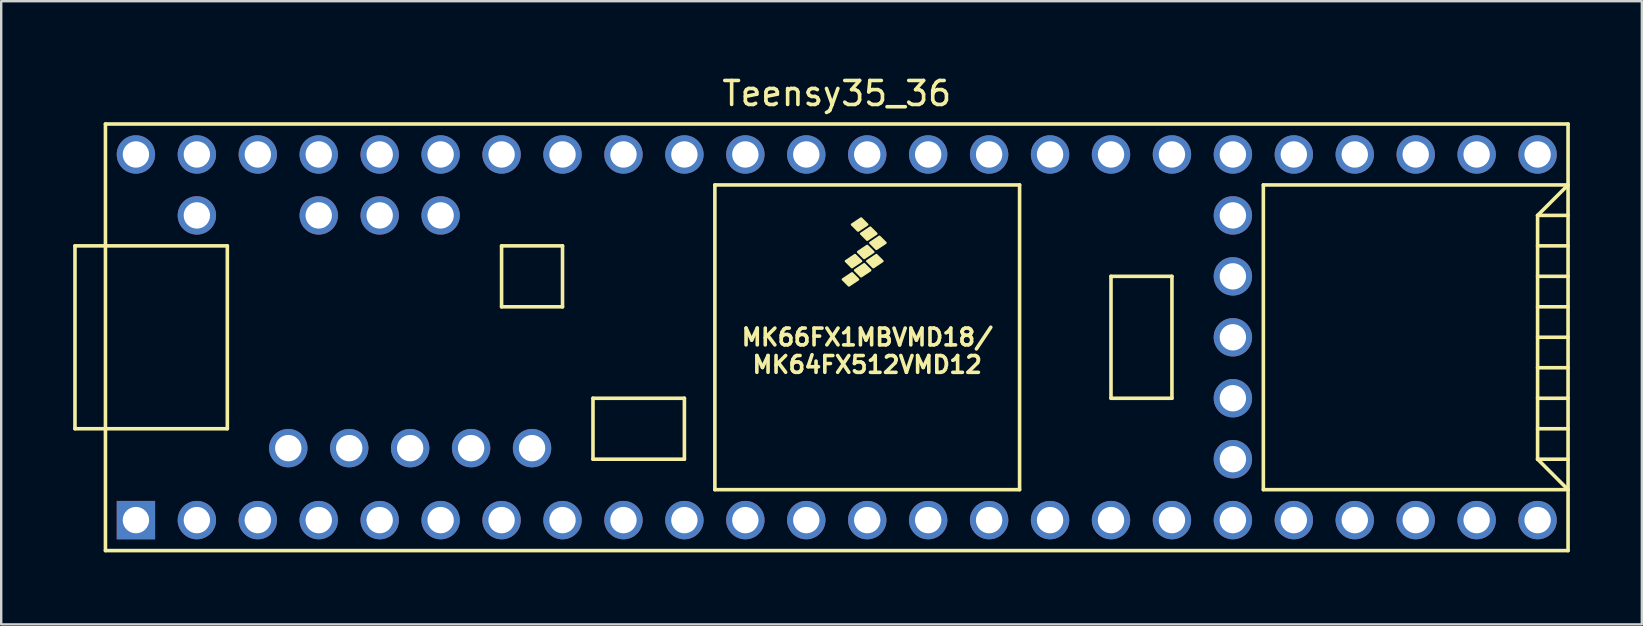
<source format=kicad_pcb>
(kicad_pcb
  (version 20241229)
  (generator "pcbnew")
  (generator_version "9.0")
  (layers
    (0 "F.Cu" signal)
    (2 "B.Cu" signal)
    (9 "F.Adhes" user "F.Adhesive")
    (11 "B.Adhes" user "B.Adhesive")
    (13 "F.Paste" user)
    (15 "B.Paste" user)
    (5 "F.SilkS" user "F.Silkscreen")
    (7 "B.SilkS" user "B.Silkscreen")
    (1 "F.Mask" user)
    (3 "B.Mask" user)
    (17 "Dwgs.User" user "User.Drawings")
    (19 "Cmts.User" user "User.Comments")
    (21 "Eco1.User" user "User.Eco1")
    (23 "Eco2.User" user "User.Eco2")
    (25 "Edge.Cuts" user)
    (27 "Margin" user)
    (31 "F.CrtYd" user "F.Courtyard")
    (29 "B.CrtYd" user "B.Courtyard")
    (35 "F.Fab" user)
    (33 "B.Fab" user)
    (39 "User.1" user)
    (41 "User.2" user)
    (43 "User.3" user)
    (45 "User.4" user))
  (footprint "Teensy35_36"
    (layer "F.Cu")
    (at 33.095 18.628)
    (property "Reference" "Teensy35_36" (at -1.27 -17.78 0) (layer "F.SilkS") (effects (font (size 1 1) (thickness 0.15))))
    (attr through_hole)
    (fp_line (start -33.02 -11.43) (end -31.75 -11.43) (stroke (width 0.15) (type solid)) (layer "F.SilkS"))
    (fp_line (start -33.02 -3.81) (end -33.02 -11.43) (stroke (width 0.15) (type solid)) (layer "F.SilkS"))
    (fp_line (start -31.75 -3.81) (end -33.02 -3.81) (stroke (width 0.15) (type solid)) (layer "F.SilkS"))
    (fp_line (start -31.75 1.27) (end -31.75 -16.51) (stroke (width 0.15) (type solid)) (layer "F.SilkS"))
    (fp_line (start -31.75 1.27) (end 29.21 1.27) (stroke (width 0.15) (type solid)) (layer "F.SilkS"))
    (fp_line (start -26.67 -11.43) (end -31.75 -11.43) (stroke (width 0.15) (type solid)) (layer "F.SilkS"))
    (fp_line (start -26.67 -3.81) (end -31.75 -3.81) (stroke (width 0.15) (type solid)) (layer "F.SilkS"))
    (fp_line (start -26.67 -3.81) (end -26.67 -11.43) (stroke (width 0.15) (type solid)) (layer "F.SilkS"))
    (fp_line (start -15.24 -11.43) (end -15.24 -8.89) (stroke (width 0.15) (type solid)) (layer "F.SilkS"))
    (fp_line (start -15.24 -8.89) (end -12.7 -8.89) (stroke (width 0.15) (type solid)) (layer "F.SilkS"))
    (fp_line (start -12.7 -11.43) (end -15.24 -11.43) (stroke (width 0.15) (type solid)) (layer "F.SilkS"))
    (fp_line (start -12.7 -8.89) (end -12.7 -11.43) (stroke (width 0.15) (type solid)) (layer "F.SilkS"))
    (fp_line (start -11.43 -5.08) (end -7.62 -5.08) (stroke (width 0.15) (type solid)) (layer "F.SilkS"))
    (fp_line (start -11.43 -2.54) (end -11.43 -5.08) (stroke (width 0.15) (type solid)) (layer "F.SilkS"))
    (fp_line (start -7.62 -5.08) (end -7.62 -2.54) (stroke (width 0.15) (type solid)) (layer "F.SilkS"))
    (fp_line (start -7.62 -2.54) (end -11.43 -2.54) (stroke (width 0.15) (type solid)) (layer "F.SilkS"))
    (fp_line (start -6.35 -13.97) (end -6.35 -1.27) (stroke (width 0.15) (type solid)) (layer "F.SilkS"))
    (fp_line (start -6.35 -13.97) (end 6.35 -13.97) (stroke (width 0.15) (type solid)) (layer "F.SilkS"))
    (fp_line (start -6.35 -1.27) (end 6.35 -1.27) (stroke (width 0.15) (type solid)) (layer "F.SilkS"))
    (fp_line (start 6.35 -1.27) (end 6.35 -13.97) (stroke (width 0.15) (type solid)) (layer "F.SilkS"))
    (fp_line (start 10.16 -10.16) (end 12.7 -10.16) (stroke (width 0.15) (type solid)) (layer "F.SilkS"))
    (fp_line (start 10.16 -5.08) (end 10.16 -10.16) (stroke (width 0.15) (type solid)) (layer "F.SilkS"))
    (fp_line (start 12.7 -10.16) (end 12.7 -5.08) (stroke (width 0.15) (type solid)) (layer "F.SilkS"))
    (fp_line (start 12.7 -5.08) (end 10.16 -5.08) (stroke (width 0.15) (type solid)) (layer "F.SilkS"))
    (fp_line (start 16.51 -13.97) (end 16.51 -1.27) (stroke (width 0.15) (type solid)) (layer "F.SilkS"))
    (fp_line (start 16.51 -1.27) (end 29.21 -1.27) (stroke (width 0.15) (type solid)) (layer "F.SilkS"))
    (fp_line (start 27.94 -12.7) (end 29.21 -13.97) (stroke (width 0.15) (type solid)) (layer "F.SilkS"))
    (fp_line (start 27.94 -12.7) (end 29.21 -12.7) (stroke (width 0.15) (type solid)) (layer "F.SilkS"))
    (fp_line (start 27.94 -11.43) (end 29.21 -11.43) (stroke (width 0.15) (type solid)) (layer "F.SilkS"))
    (fp_line (start 27.94 -10.16) (end 29.21 -10.16) (stroke (width 0.15) (type solid)) (layer "F.SilkS"))
    (fp_line (start 27.94 -8.89) (end 29.21 -8.89) (stroke (width 0.15) (type solid)) (layer "F.SilkS"))
    (fp_line (start 27.94 -7.62) (end 29.21 -7.62) (stroke (width 0.15) (type solid)) (layer "F.SilkS"))
    (fp_line (start 27.94 -6.35) (end 29.21 -6.35) (stroke (width 0.15) (type solid)) (layer "F.SilkS"))
    (fp_line (start 27.94 -5.08) (end 29.21 -5.08) (stroke (width 0.15) (type solid)) (layer "F.SilkS"))
    (fp_line (start 27.94 -3.81) (end 29.21 -3.81) (stroke (width 0.15) (type solid)) (layer "F.SilkS"))
    (fp_line (start 27.94 -2.54) (end 27.94 -12.7) (stroke (width 0.15) (type solid)) (layer "F.SilkS"))
    (fp_line (start 27.94 -2.54) (end 29.21 -2.54) (stroke (width 0.15) (type solid)) (layer "F.SilkS"))
    (fp_line (start 29.21 -16.51) (end -31.75 -16.51) (stroke (width 0.15) (type solid)) (layer "F.SilkS"))
    (fp_line (start 29.21 -16.51) (end 29.21 1.27) (stroke (width 0.15) (type solid)) (layer "F.SilkS"))
    (fp_line (start 29.21 -13.97) (end 16.51 -13.97) (stroke (width 0.15) (type solid)) (layer "F.SilkS"))
    (fp_line (start 29.21 -1.27) (end 27.94 -2.54) (stroke (width 0.15) (type solid)) (layer "F.SilkS"))
    (fp_poly (pts (xy -0.635 -10.287) (xy -0.381 -10.033) (xy -0.762 -9.779) (xy -1.016 -10.033)) (stroke (width 0.1) (type solid)) (fill yes) (layer "F.SilkS"))
    (fp_poly (pts (xy -0.508 -11.049) (xy -0.254 -10.795) (xy -0.635 -10.541) (xy -0.889 -10.795)) (stroke (width 0.1) (type solid)) (fill yes) (layer "F.SilkS"))
    (fp_poly (pts (xy -0.254 -12.573) (xy 0 -12.319) (xy -0.381 -12.065) (xy -0.635 -12.319)) (stroke (width 0.1) (type solid)) (fill yes) (layer "F.SilkS"))
    (fp_poly (pts (xy -0.127 -10.668) (xy 0.127 -10.414) (xy -0.254 -10.16) (xy -0.508 -10.414)) (stroke (width 0.1) (type solid)) (fill yes) (layer "F.SilkS"))
    (fp_poly (pts (xy 0 -11.43) (xy 0.254 -11.176) (xy -0.127 -10.922) (xy -0.381 -11.176)) (stroke (width 0.1) (type solid)) (fill yes) (layer "F.SilkS"))
    (fp_poly (pts (xy 0.127 -12.192) (xy 0.381 -11.938) (xy 0 -11.684) (xy -0.254 -11.938)) (stroke (width 0.1) (type solid)) (fill yes) (layer "F.SilkS"))
    (fp_poly (pts (xy 0.381 -11.049) (xy 0.635 -10.795) (xy 0.254 -10.541) (xy 0 -10.795)) (stroke (width 0.1) (type solid)) (fill yes) (layer "F.SilkS"))
    (fp_poly (pts (xy 0.508 -11.811) (xy 0.762 -11.557) (xy 0.381 -11.303) (xy 0.127 -11.557)) (stroke (width 0.1) (type solid)) (fill yes) (layer "F.SilkS"))
    (fp_text user "MK64FX512VMD12" (at 0 -6.477 0) (layer "F.SilkS") (effects (font (size 0.7 0.7) (thickness 0.15))))
    (fp_text user "MK66FX1MBVMD18/" (at 0 -7.62 0) (layer "F.SilkS") (effects (font (size 0.7 0.7) (thickness 0.15))))
    (pad "1" thru_hole rect (at -30.48 0) (size 1.6 1.6) (drill 1.1) (layers "*.Cu" "*.Mask"))
    (pad "2" thru_hole circle (at -27.94 0) (size 1.6 1.6) (drill 1.1) (layers "*.Cu" "*.Mask"))
    (pad "3" thru_hole circle (at -25.4 0) (size 1.6 1.6) (drill 1.1) (layers "*.Cu" "*.Mask"))
    (pad "4" thru_hole circle (at -22.86 0) (size 1.6 1.6) (drill 1.1) (layers "*.Cu" "*.Mask"))
    (pad "5" thru_hole circle (at -20.32 0) (size 1.6 1.6) (drill 1.1) (layers "*.Cu" "*.Mask"))
    (pad "6" thru_hole circle (at -17.78 0) (size 1.6 1.6) (drill 1.1) (layers "*.Cu" "*.Mask"))
    (pad "7" thru_hole circle (at -15.24 0) (size 1.6 1.6) (drill 1.1) (layers "*.Cu" "*.Mask"))
    (pad "8" thru_hole circle (at -12.7 0) (size 1.6 1.6) (drill 1.1) (layers "*.Cu" "*.Mask"))
    (pad "9" thru_hole circle (at -10.16 0) (size 1.6 1.6) (drill 1.1) (layers "*.Cu" "*.Mask"))
    (pad "10" thru_hole circle (at -7.62 0) (size 1.6 1.6) (drill 1.1) (layers "*.Cu" "*.Mask"))
    (pad "11" thru_hole circle (at -5.08 0) (size 1.6 1.6) (drill 1.1) (layers "*.Cu" "*.Mask"))
    (pad "12" thru_hole circle (at -2.54 0) (size 1.6 1.6) (drill 1.1) (layers "*.Cu" "*.Mask"))
    (pad "13" thru_hole circle (at 0 0) (size 1.6 1.6) (drill 1.1) (layers "*.Cu" "*.Mask"))
    (pad "14" thru_hole circle (at 2.54 0) (size 1.6 1.6) (drill 1.1) (layers "*.Cu" "*.Mask"))
    (pad "15" thru_hole circle (at 5.08 0) (size 1.6 1.6) (drill 1.1) (layers "*.Cu" "*.Mask"))
    (pad "16" thru_hole circle (at 7.62 0) (size 1.6 1.6) (drill 1.1) (layers "*.Cu" "*.Mask"))
    (pad "17" thru_hole circle (at 10.16 0) (size 1.6 1.6) (drill 1.1) (layers "*.Cu" "*.Mask"))
    (pad "18" thru_hole circle (at 12.7 0) (size 1.6 1.6) (drill 1.1) (layers "*.Cu" "*.Mask"))
    (pad "19" thru_hole circle (at 15.24 0) (size 1.6 1.6) (drill 1.1) (layers "*.Cu" "*.Mask"))
    (pad "20" thru_hole circle (at 17.78 0) (size 1.6 1.6) (drill 1.1) (layers "*.Cu" "*.Mask"))
    (pad "21" thru_hole circle (at 20.32 0) (size 1.6 1.6) (drill 1.1) (layers "*.Cu" "*.Mask"))
    (pad "22" thru_hole circle (at 22.86 0) (size 1.6 1.6) (drill 1.1) (layers "*.Cu" "*.Mask"))
    (pad "23" thru_hole circle (at 25.4 0) (size 1.6 1.6) (drill 1.1) (layers "*.Cu" "*.Mask"))
    (pad "24" thru_hole circle (at 27.94 0) (size 1.6 1.6) (drill 1.1) (layers "*.Cu" "*.Mask"))
    (pad "25" thru_hole circle (at 15.24 -2.54) (size 1.6 1.6) (drill 1.1) (layers "*.Cu" "*.Mask"))
    (pad "26" thru_hole circle (at 15.24 -5.08) (size 1.6 1.6) (drill 1.1) (layers "*.Cu" "*.Mask"))
    (pad "27" thru_hole circle (at 15.24 -7.62) (size 1.6 1.6) (drill 1.1) (layers "*.Cu" "*.Mask"))
    (pad "28" thru_hole circle (at 15.24 -10.16) (size 1.6 1.6) (drill 1.1) (layers "*.Cu" "*.Mask"))
    (pad "29" thru_hole circle (at 15.24 -12.7) (size 1.6 1.6) (drill 1.1) (layers "*.Cu" "*.Mask"))
    (pad "30" thru_hole circle (at 27.94 -15.24) (size 1.6 1.6) (drill 1.1) (layers "*.Cu" "*.Mask"))
    (pad "31" thru_hole circle (at 25.4 -15.24) (size 1.6 1.6) (drill 1.1) (layers "*.Cu" "*.Mask"))
    (pad "32" thru_hole circle (at 22.86 -15.24) (size 1.6 1.6) (drill 1.1) (layers "*.Cu" "*.Mask"))
    (pad "33" thru_hole circle (at 20.32 -15.24) (size 1.6 1.6) (drill 1.1) (layers "*.Cu" "*.Mask"))
    (pad "34" thru_hole circle (at 17.78 -15.24) (size 1.6 1.6) (drill 1.1) (layers "*.Cu" "*.Mask"))
    (pad "35" thru_hole circle (at 15.24 -15.24) (size 1.6 1.6) (drill 1.1) (layers "*.Cu" "*.Mask"))
    (pad "36" thru_hole circle (at 12.7 -15.24) (size 1.6 1.6) (drill 1.1) (layers "*.Cu" "*.Mask"))
    (pad "37" thru_hole circle (at 10.16 -15.24) (size 1.6 1.6) (drill 1.1) (layers "*.Cu" "*.Mask"))
    (pad "38" thru_hole circle (at 7.62 -15.24) (size 1.6 1.6) (drill 1.1) (layers "*.Cu" "*.Mask"))
    (pad "39" thru_hole circle (at 5.08 -15.24) (size 1.6 1.6) (drill 1.1) (layers "*.Cu" "*.Mask"))
    (pad "40" thru_hole circle (at 2.54 -15.24) (size 1.6 1.6) (drill 1.1) (layers "*.Cu" "*.Mask"))
    (pad "41" thru_hole circle (at 0 -15.24) (size 1.6 1.6) (drill 1.1) (layers "*.Cu" "*.Mask"))
    (pad "42" thru_hole circle (at -2.54 -15.24) (size 1.6 1.6) (drill 1.1) (layers "*.Cu" "*.Mask"))
    (pad "43" thru_hole circle (at -5.08 -15.24) (size 1.6 1.6) (drill 1.1) (layers "*.Cu" "*.Mask"))
    (pad "44" thru_hole circle (at -7.62 -15.24) (size 1.6 1.6) (drill 1.1) (layers "*.Cu" "*.Mask"))
    (pad "45" thru_hole circle (at -10.16 -15.24) (size 1.6 1.6) (drill 1.1) (layers "*.Cu" "*.Mask"))
    (pad "46" thru_hole circle (at -12.7 -15.24) (size 1.6 1.6) (drill 1.1) (layers "*.Cu" "*.Mask"))
    (pad "47" thru_hole circle (at -15.24 -15.24) (size 1.6 1.6) (drill 1.1) (layers "*.Cu" "*.Mask"))
    (pad "48" thru_hole circle (at -17.78 -15.24) (size 1.6 1.6) (drill 1.1) (layers "*.Cu" "*.Mask"))
    (pad "49" thru_hole circle (at -20.32 -15.24) (size 1.6 1.6) (drill 1.1) (layers "*.Cu" "*.Mask"))
    (pad "50" thru_hole circle (at -22.86 -15.24) (size 1.6 1.6) (drill 1.1) (layers "*.Cu" "*.Mask"))
    (pad "51" thru_hole circle (at -25.4 -15.24) (size 1.6 1.6) (drill 1.1) (layers "*.Cu" "*.Mask"))
    (pad "52" thru_hole circle (at -27.94 -15.24) (size 1.6 1.6) (drill 1.1) (layers "*.Cu" "*.Mask"))
    (pad "53" thru_hole circle (at -30.48 -15.24) (size 1.6 1.6) (drill 1.1) (layers "*.Cu" "*.Mask"))
    (pad "54" thru_hole circle (at -27.94 -12.7) (size 1.6 1.6) (drill 1.1) (layers "*.Cu" "*.Mask"))
    (pad "55" thru_hole circle (at -22.86 -12.7) (size 1.6 1.6) (drill 1.1) (layers "*.Cu" "*.Mask"))
    (pad "56" thru_hole circle (at -20.32 -12.7) (size 1.6 1.6) (drill 1.1) (layers "*.Cu" "*.Mask"))
    (pad "57" thru_hole circle (at -17.78 -12.7) (size 1.6 1.6) (drill 1.1) (layers "*.Cu" "*.Mask"))
    (pad "58" thru_hole circle (at -24.13 -3) (size 1.6 1.6) (drill 1.1) (layers "*.Cu" "*.Mask"))
    (pad "59" thru_hole circle (at -21.59 -3) (size 1.6 1.6) (drill 1.1) (layers "*.Cu" "*.Mask"))
    (pad "60" thru_hole circle (at -19.05 -3) (size 1.6 1.6) (drill 1.1) (layers "*.Cu" "*.Mask"))
    (pad "61" thru_hole circle (at -16.51 -3) (size 1.6 1.6) (drill 1.1) (layers "*.Cu" "*.Mask"))
    (pad "62" thru_hole circle (at -13.97 -3) (size 1.6 1.6) (drill 1.1) (layers "*.Cu" "*.Mask")))
  (gr_rect
    (start -3 -3)
    (end 65.38 22.973)
    (stroke (width 0.1) (type default))
    (fill no)
    (layer "Edge.Cuts")))
</source>
